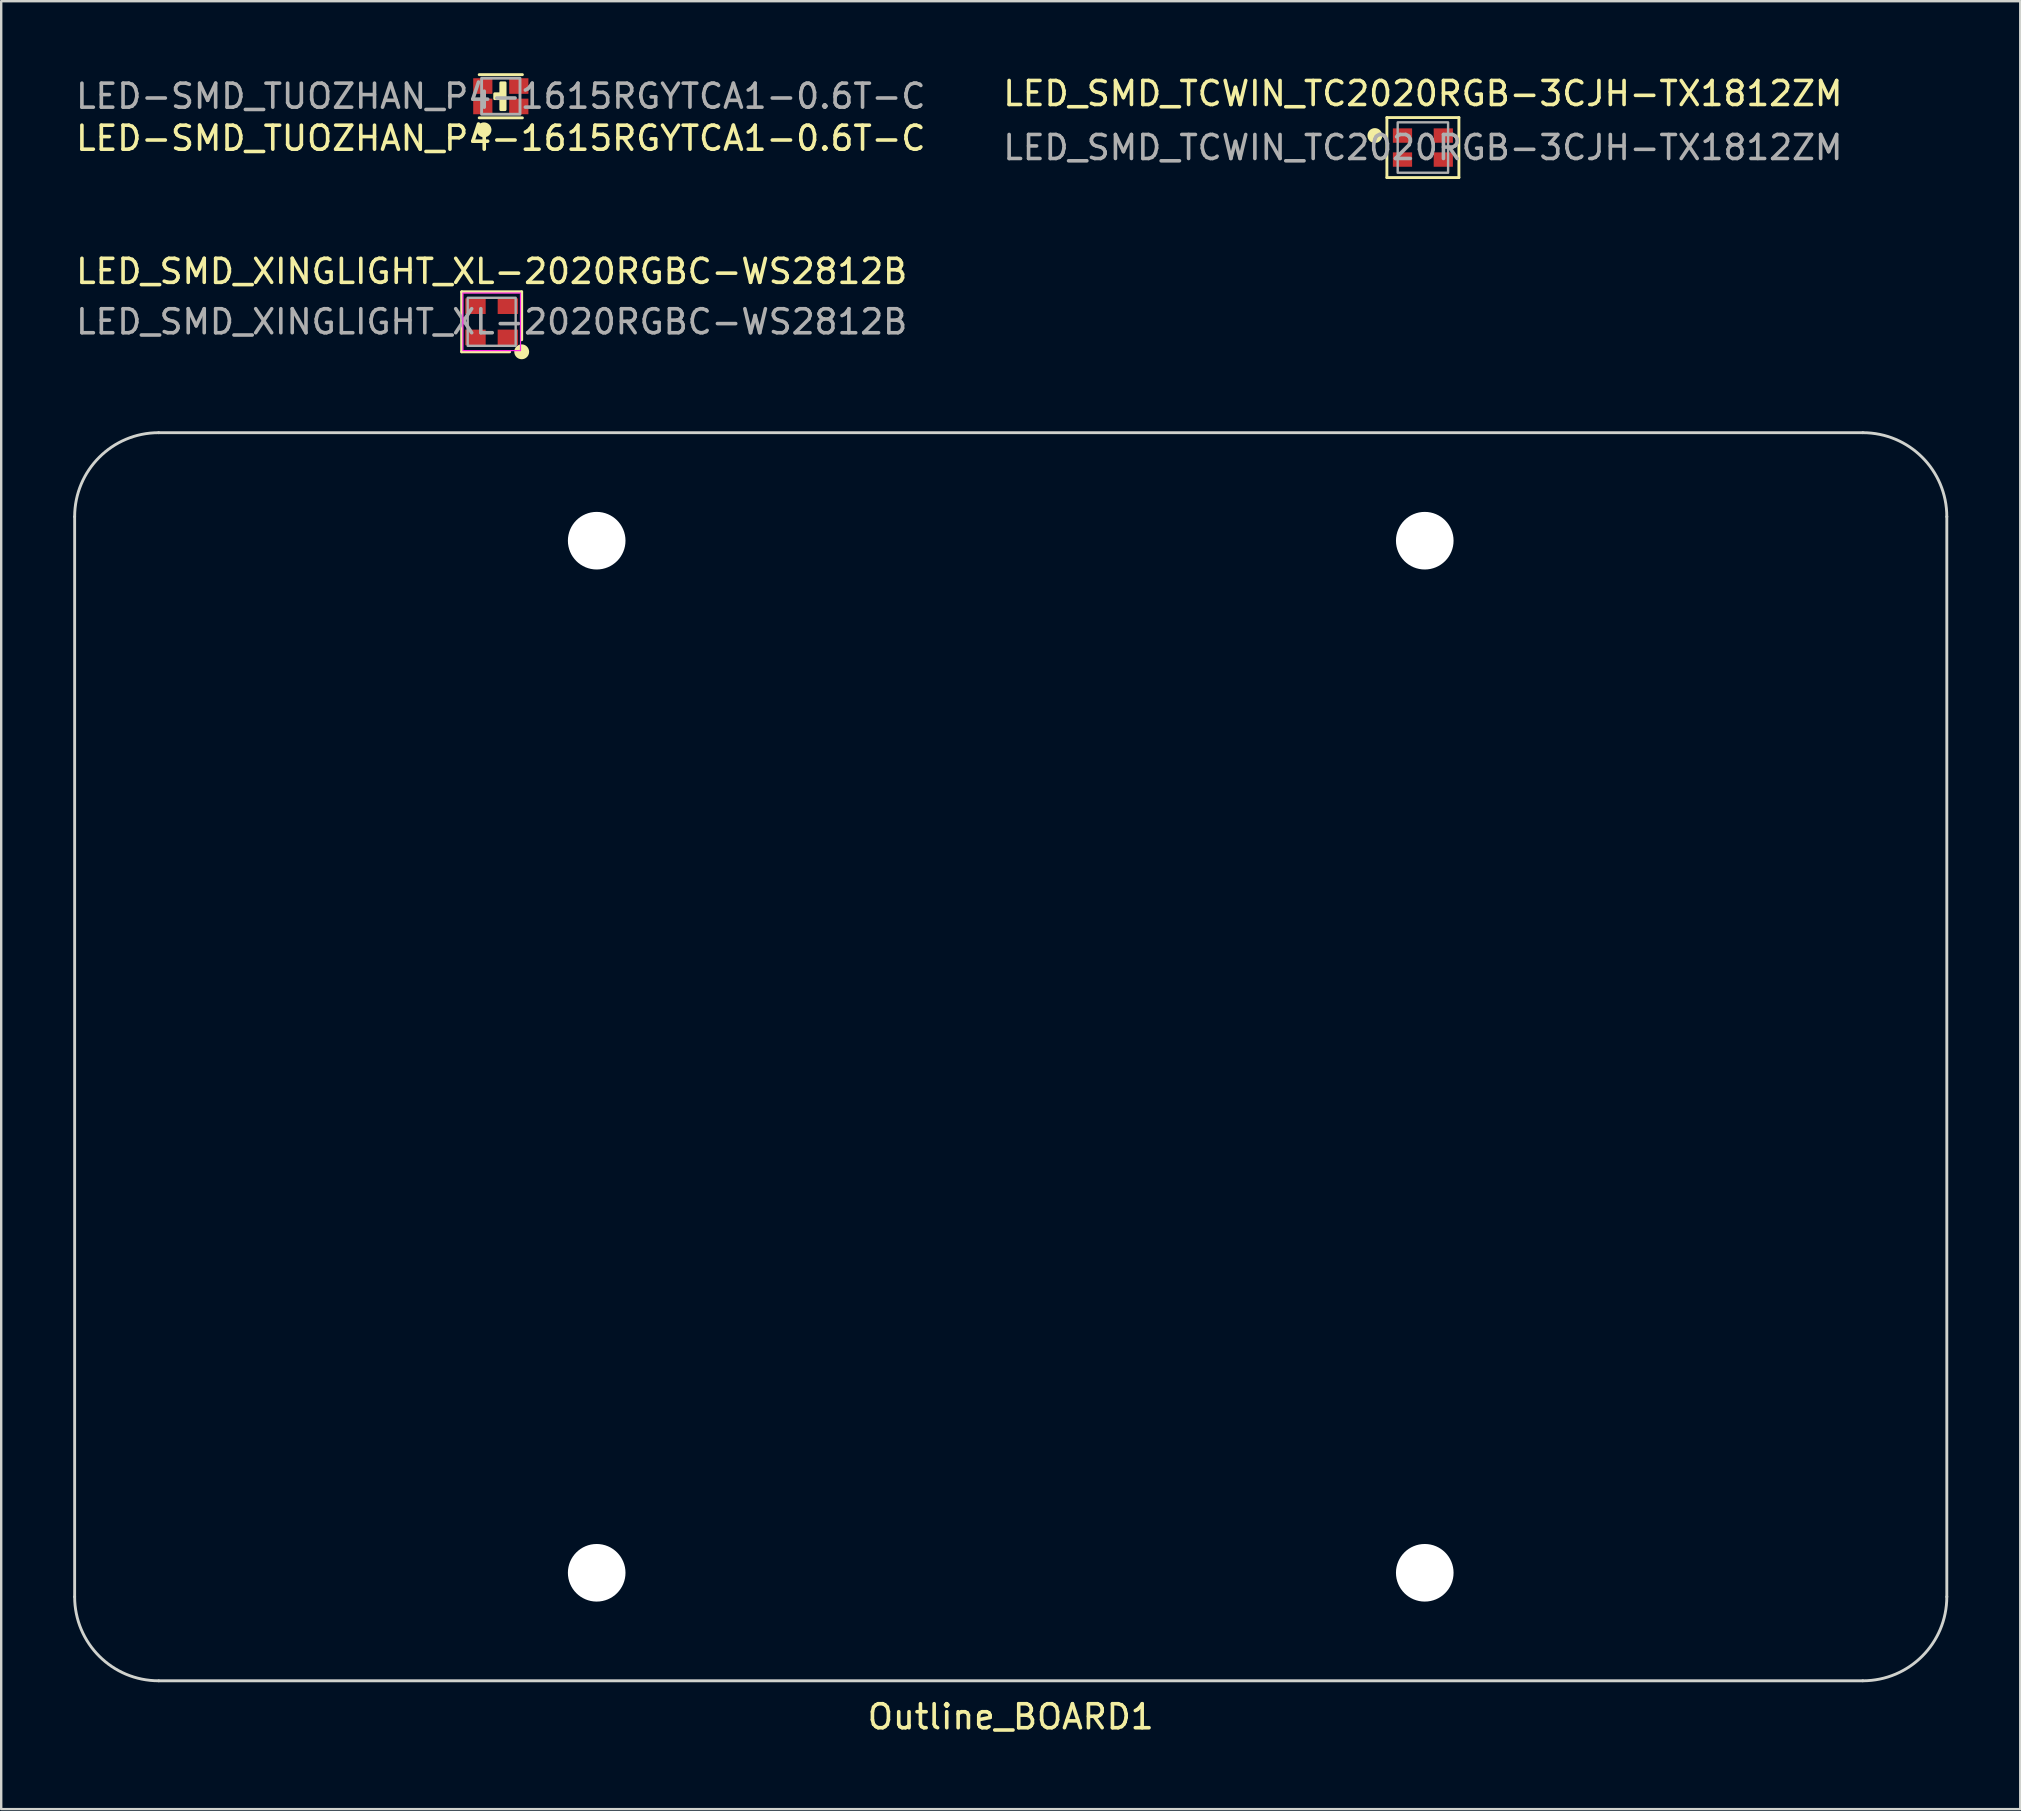
<source format=kicad_pcb>
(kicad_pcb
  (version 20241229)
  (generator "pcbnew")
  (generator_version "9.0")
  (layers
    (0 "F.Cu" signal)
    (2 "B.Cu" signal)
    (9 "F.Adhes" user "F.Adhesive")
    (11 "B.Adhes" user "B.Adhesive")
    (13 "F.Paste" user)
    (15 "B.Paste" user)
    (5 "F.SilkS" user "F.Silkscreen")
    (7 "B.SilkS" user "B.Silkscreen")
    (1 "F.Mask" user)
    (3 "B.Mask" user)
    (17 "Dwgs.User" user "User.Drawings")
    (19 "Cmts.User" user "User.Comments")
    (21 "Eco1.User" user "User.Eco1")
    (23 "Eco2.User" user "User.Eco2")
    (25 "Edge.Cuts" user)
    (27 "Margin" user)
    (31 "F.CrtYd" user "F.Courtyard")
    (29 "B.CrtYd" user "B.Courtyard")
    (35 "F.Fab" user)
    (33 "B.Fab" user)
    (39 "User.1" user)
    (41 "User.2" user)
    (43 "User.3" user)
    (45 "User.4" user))
  (footprint "LED_SMD_XINGLIGHT_XL-2020RGBC-WS2812B"
    (layer "F.Cu")
    (at 17.435 10.357)
    (property "Reference" "LED_SMD_XINGLIGHT_XL-2020RGBC-WS2812B" (at 0 -2.1 0) (unlocked yes) (layer "F.SilkS") (effects (font (size 1 1) (thickness 0.15))))
    (attr smd)
    (fp_line (start -1.25 -1.25) (end 1.25 -1.25) (stroke (width 0.12) (type default)) (layer "F.SilkS"))
    (fp_line (start -1.25 1.25) (end -1.25 -1.25) (stroke (width 0.12) (type default)) (layer "F.SilkS"))
    (fp_line (start 0.75 1.25) (end -1.25 1.25) (stroke (width 0.12) (type default)) (layer "F.SilkS"))
    (fp_line (start 1.25 -1.25) (end 1.25 0.75) (stroke (width 0.12) (type default)) (layer "F.SilkS"))
    (fp_circle (center 1.25 1.25) (end 1 1.25) (stroke (width 0.12) (type solid)) (fill yes) (layer "F.SilkS"))
    (fp_rect (start -1.2 -1.2) (end 1.2 1.2) (stroke (width 0.05) (type default)) (fill no) (layer "F.CrtYd"))
    (fp_rect (start 1 1) (end -1 -1) (stroke (width 0.1) (type default)) (fill no) (layer "F.Fab"))
    (fp_text user "${REFERENCE}" (at 0 0 0) (layer "F.Fab") (effects (font (size 1 1) (thickness 0.15))))
    (pad "1" smd rect (at 0.675 0.65) (size 0.85 0.65) (layers "F.Cu" "F.Mask" "F.Paste"))
    (pad "2" smd rect (at 0.675 -0.65) (size 0.85 0.65) (layers "F.Cu" "F.Mask" "F.Paste"))
    (pad "3" smd rect (at -0.675 -0.65) (size 0.85 0.65) (layers "F.Cu" "F.Mask" "F.Paste"))
    (pad "4" smd rect (at -0.675 0.65) (size 0.85 0.65) (layers "F.Cu" "F.Mask" "F.Paste")))
  (footprint "LED-SMD_TUOZHAN_P4-1615RGYTCA1-0.6T-C"
    (layer "F.Cu")
    (at 17.815 0.96)
    (property "Reference" "LED-SMD_TUOZHAN_P4-1615RGYTCA1-0.6T-C" (at 0 1.75 0) (unlocked yes) (layer "F.SilkS") (effects (font (size 1 1) (thickness 0.15))))
    (attr smd)
    (fp_line (start -0.9 -0.9) (end 0.9 -0.9) (stroke (width 0.12) (type default)) (layer "F.SilkS"))
    (fp_line (start -0.9 0.9) (end 0.9 0.9) (stroke (width 0.12) (type default)) (layer "F.SilkS"))
    (fp_circle (center -0.7 1.4) (end -0.45 1.4) (stroke (width 0.12) (type solid)) (fill yes) (layer "F.SilkS"))
    (fp_poly (pts (xy 0.178 0.557) (xy 0.178 -0.559) (xy 0 -0.559) (xy 0 -0.103) (xy -0.254 -0.103) (xy -0.254 0.1) (xy 0 0.1) (xy 0 0.557)) (stroke (width 0.12) (type solid)) (fill yes) (layer "F.SilkS"))
    (fp_rect (start -0.8 -0.75) (end 0.8 0.75) (stroke (width 0.12) (type default)) (fill no) (layer "F.Fab"))
    (fp_text user "${REFERENCE}" (at 0 0 0) (unlocked yes) (layer "F.Fab") (effects (font (size 1 1) (thickness 0.15))))
    (pad "1" smd rect (at -0.75 0.425) (size 0.8 0.65) (layers "F.Cu" "F.Mask" "F.Paste"))
    (pad "2" smd rect (at -0.75 -0.425) (size 0.8 0.65) (layers "F.Cu" "F.Mask" "F.Paste"))
    (pad "3" smd rect (at 0.75 -0.425) (size 0.8 0.65) (layers "F.Cu" "F.Mask" "F.Paste"))
    (pad "4" smd rect (at 0.75 0.425) (size 0.8 0.65) (layers "F.Cu" "F.Mask" "F.Paste")))
  (footprint "Outline_BOARD1"
    (layer "F.Cu")
    (at 39.06 40.977)
    (property "Reference" "Outline_BOARD1" (at 0 27.5 0) (unlocked yes) (layer "F.SilkS") (effects (font (size 1 1) (thickness 0.15))))
    (attr board_only exclude_from_bom)
    (fp_line (start -39 22.5) (end -39 -22.5) (stroke (width 0.12) (type default)) (layer "Edge.Cuts"))
    (fp_line (start -35.5 -26) (end 35.5 -26) (stroke (width 0.12) (type default)) (layer "Edge.Cuts"))
    (fp_line (start -35.5 26) (end 35.5 26) (stroke (width 0.12) (type default)) (layer "Edge.Cuts"))
    (fp_line (start 39 22.5) (end 39 -22.5) (stroke (width 0.12) (type default)) (layer "Edge.Cuts"))
    (fp_arc (start -39 -22.5) (mid -37.974874 -24.974874) (end -35.5 -26) (stroke (width 0.12) (type default)) (layer "Edge.Cuts"))
    (fp_arc (start -35.5 26) (mid -37.974874 24.974874) (end -39 22.5) (stroke (width 0.12) (type default)) (layer "Edge.Cuts"))
    (fp_arc (start 35.5 -26) (mid 37.974874 -24.974874) (end 39 -22.5) (stroke (width 0.12) (type default)) (layer "Edge.Cuts"))
    (fp_arc (start 39 22.5) (mid 37.974874 24.974874) (end 35.5 26) (stroke (width 0.12) (type default)) (layer "Edge.Cuts"))
    (fp_line (start -38.7 22.5) (end -38.7 -22.5) (stroke (width 0.12) (type default)) (layer "Margin"))
    (fp_line (start -35.5 -25.7) (end 35.5 -25.7) (stroke (width 0.12) (type default)) (layer "Margin"))
    (fp_line (start -35.5 25.7) (end 35.5 25.7) (stroke (width 0.12) (type default)) (layer "Margin"))
    (fp_line (start 38.7 22.5) (end 38.7 -22.5) (stroke (width 0.12) (type default)) (layer "Margin"))
    (fp_arc (start -38.7 -22.5) (mid -37.762742 -24.762742) (end -35.5 -25.7) (stroke (width 0.12) (type default)) (layer "Margin"))
    (fp_arc (start -35.5 25.7) (mid -37.762742 24.762742) (end -38.7 22.5) (stroke (width 0.12) (type default)) (layer "Margin"))
    (fp_arc (start 35.5 -25.7) (mid 37.762742 -24.762742) (end 38.7 -22.5) (stroke (width 0.12) (type default)) (layer "Margin"))
    (fp_arc (start 38.7 22.5) (mid 37.762742 24.762742) (end 35.5 25.7) (stroke (width 0.12) (type default)) (layer "Margin"))
    (fp_line (start -37.5 -22.5) (end -37.5 22.5) (stroke (width 0.12) (type solid)) (layer "User.1"))
    (fp_line (start -23.25 -24.5) (end -35.5 -24.5) (stroke (width 0.12) (type solid)) (layer "User.1"))
    (fp_line (start -23.25 24.5) (end -35.5 24.5) (stroke (width 0.12) (type solid)) (layer "User.1"))
    (fp_line (start -11.25 -24.5) (end 11.25 -24.5) (stroke (width 0.12) (type solid)) (layer "User.1"))
    (fp_line (start -11.25 24.5) (end 11.25 24.5) (stroke (width 0.12) (type solid)) (layer "User.1"))
    (fp_line (start 23.25 -24.5) (end 35.5 -24.5) (stroke (width 0.12) (type solid)) (layer "User.1"))
    (fp_line (start 23.25 24.5) (end 35.5 24.5) (stroke (width 0.12) (type solid)) (layer "User.1"))
    (fp_line (start 37.5 -22.5) (end 37.5 22.5) (stroke (width 0.12) (type solid)) (layer "User.1"))
    (fp_arc (start -37.5 -22.5) (mid -36.914214 -23.914214) (end -35.5 -24.5) (stroke (width 0.12) (type default)) (layer "User.1"))
    (fp_arc (start -35.5 24.5) (mid -36.914214 23.914214) (end -37.5 22.5) (stroke (width 0.12) (type default)) (layer "User.1"))
    (fp_arc (start -23.25 -24.5) (mid -21.12868 -23.62132) (end -20.25 -21.5) (stroke (width 0.12) (type default)) (layer "User.1"))
    (fp_arc (start -20.25 21.5) (mid -21.12868 23.62132) (end -23.25 24.5) (stroke (width 0.12) (type default)) (layer "User.1"))
    (fp_arc (start -20.25 21.5) (mid -17.25 18.5) (end -14.25 21.5) (stroke (width 0.12) (type default)) (layer "User.1"))
    (fp_arc (start -14.25 -21.5) (mid -17.25 -18.5) (end -20.25 -21.5) (stroke (width 0.12) (type default)) (layer "User.1"))
    (fp_arc (start -14.25 -21.5) (mid -13.371321 -23.621321) (end -11.25 -24.5) (stroke (width 0.12) (type default)) (layer "User.1"))
    (fp_arc (start -11.25 24.5) (mid -13.37132 23.62132) (end -14.25 21.5) (stroke (width 0.12) (type default)) (layer "User.1"))
    (fp_arc (start 11.25 -24.5) (mid 13.371321 -23.621321) (end 14.25 -21.5) (stroke (width 0.12) (type default)) (layer "User.1"))
    (fp_arc (start 14.25 21.5) (mid 13.37132 23.62132) (end 11.25 24.5) (stroke (width 0.12) (type default)) (layer "User.1"))
    (fp_arc (start 14.25 21.5) (mid 17.25 18.5) (end 20.25 21.5) (stroke (width 0.12) (type default)) (layer "User.1"))
    (fp_arc (start 20.25 -21.5) (mid 17.25 -18.5) (end 14.25 -21.5) (stroke (width 0.12) (type default)) (layer "User.1"))
    (fp_arc (start 20.25 -21.5) (mid 21.128679 -23.621321) (end 23.25 -24.5) (stroke (width 0.12) (type default)) (layer "User.1"))
    (fp_arc (start 23.25 24.5) (mid 21.12868 23.62132) (end 20.25 21.5) (stroke (width 0.12) (type default)) (layer "User.1"))
    (fp_arc (start 35.5 -24.5) (mid 36.914214 -23.914214) (end 37.5 -22.5) (stroke (width 0.12) (type default)) (layer "User.1"))
    (fp_arc (start 37.5 22.5) (mid 36.914214 23.914214) (end 35.5 24.5) (stroke (width 0.12) (type default)) (layer "User.1"))
    (fp_circle (center -17.25 -21.5) (end -15.25 -21.5) (stroke (width 0.12) (type default)) (fill no) (layer "User.1"))
    (fp_circle (center -17.25 21.5) (end -15.25 21.5) (stroke (width 0.12) (type default)) (fill no) (layer "User.1"))
    (fp_circle (center 17.25 -21.5) (end 19.25 -21.5) (stroke (width 0.12) (type default)) (fill no) (layer "User.1"))
    (fp_circle (center 17.25 21.5) (end 19.25 21.5) (stroke (width 0.12) (type default)) (fill no) (layer "User.1"))
    (pad "" np_thru_hole circle (at -17.25 -21.5) (size 2.4 2.4) (drill 2.4) (layers "*.Cu" "*.Mask"))
    (pad "" np_thru_hole circle (at -17.25 21.5) (size 2.4 2.4) (drill 2.4) (layers "*.Cu" "*.Mask"))
    (pad "" np_thru_hole circle (at 17.25 -21.5) (size 2.4 2.4) (drill 2.4) (layers "*.Cu" "*.Mask"))
    (pad "" np_thru_hole circle (at 17.25 21.5) (size 2.4 2.4) (drill 2.4) (layers "*.Cu" "*.Mask")))
  (footprint "LED_SMD_TCWIN_TC2020RGB-3CJH-TX1812ZM"
    (layer "F.Cu")
    (at 56.232 3.098)
    (property "Reference" "LED_SMD_TCWIN_TC2020RGB-3CJH-TX1812ZM" (at 0 -2.25 0) (unlocked yes) (layer "F.SilkS") (effects (font (size 1 1) (thickness 0.15))))
    (attr smd)
    (fp_line (start -1.5 -1.25) (end 1.5 -1.25) (stroke (width 0.12) (type default)) (layer "F.SilkS"))
    (fp_line (start -1.5 1.25) (end -1.5 -1.25) (stroke (width 0.12) (type default)) (layer "F.SilkS"))
    (fp_line (start 1.5 -1.25) (end 1.5 1.25) (stroke (width 0.12) (type default)) (layer "F.SilkS"))
    (fp_line (start 1.5 1.25) (end -1.5 1.25) (stroke (width 0.12) (type default)) (layer "F.SilkS"))
    (fp_circle (center -2 -0.5) (end -1.75 -0.5) (stroke (width 0.12) (type solid)) (fill yes) (layer "F.SilkS"))
    (fp_rect (start -1.05 -1.05) (end 1.05 1.05) (stroke (width 0.1) (type default)) (fill no) (layer "F.Fab"))
    (fp_text user "${REFERENCE}" (at 0 0 0) (layer "F.Fab") (effects (font (size 1 1) (thickness 0.15))))
    (pad "1" smd rect (at -0.85 -0.5) (size 0.8 0.6) (layers "F.Cu" "F.Mask" "F.Paste"))
    (pad "2" smd rect (at -0.85 0.5) (size 0.8 0.6) (layers "F.Cu" "F.Mask" "F.Paste"))
    (pad "3" smd rect (at 0.85 0.5) (size 0.8 0.6) (layers "F.Cu" "F.Mask" "F.Paste"))
    (pad "4" smd rect (at 0.85 -0.5) (size 0.8 0.6) (layers "F.Cu" "F.Mask" "F.Paste")))
  (gr_rect
    (start -3 -3)
    (end 81.12 72.325)
    (stroke (width 0.1) (type default))
    (fill no)
    (layer "Edge.Cuts")))
</source>
